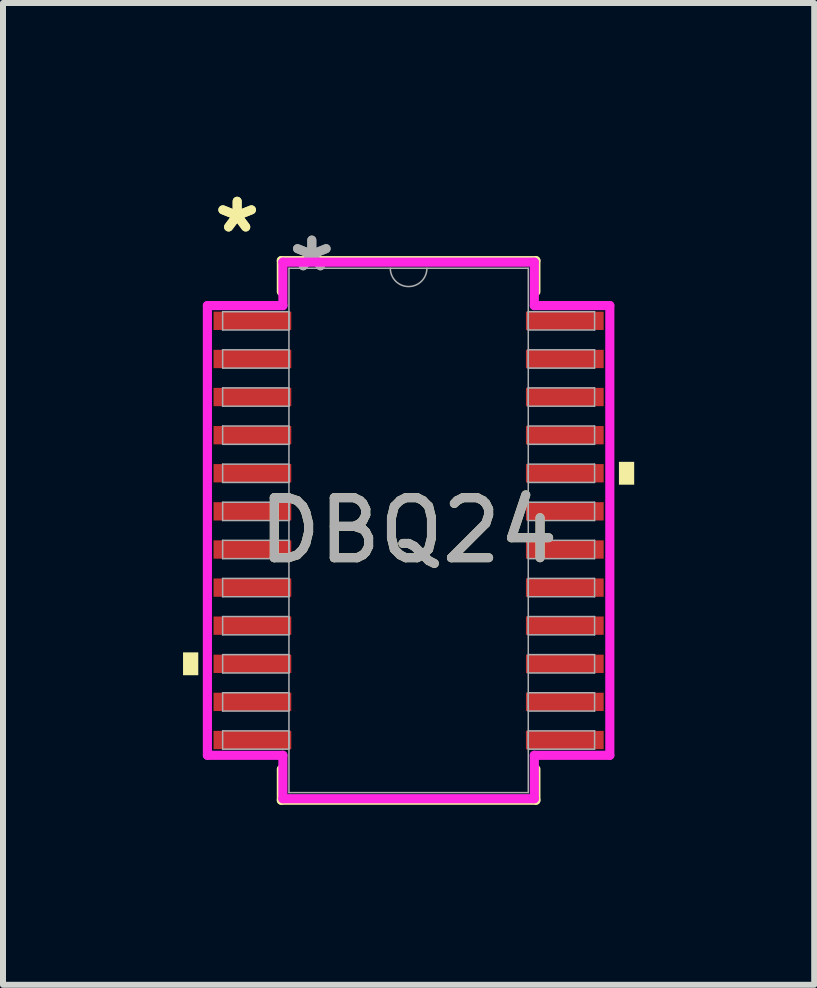
<source format=kicad_pcb>
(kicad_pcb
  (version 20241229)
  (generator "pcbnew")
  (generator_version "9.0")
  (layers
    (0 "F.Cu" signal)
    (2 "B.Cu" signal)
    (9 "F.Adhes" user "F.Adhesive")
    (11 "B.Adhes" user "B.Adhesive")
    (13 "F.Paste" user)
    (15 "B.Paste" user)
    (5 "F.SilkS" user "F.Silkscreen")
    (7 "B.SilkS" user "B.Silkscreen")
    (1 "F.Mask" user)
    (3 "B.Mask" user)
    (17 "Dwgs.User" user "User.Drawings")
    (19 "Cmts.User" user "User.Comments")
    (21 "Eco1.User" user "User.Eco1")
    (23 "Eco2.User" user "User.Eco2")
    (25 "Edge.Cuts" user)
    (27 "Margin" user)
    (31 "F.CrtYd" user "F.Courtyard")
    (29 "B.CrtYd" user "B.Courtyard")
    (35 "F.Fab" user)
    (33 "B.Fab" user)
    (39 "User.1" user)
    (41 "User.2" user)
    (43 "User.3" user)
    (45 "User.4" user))
  (footprint "DBQ24"
    (layer "F.Cu")
    (at 3.759 5.789)
    (property "Reference" "DBQ24" (at 0 0 0) (unlocked yes) (layer "F.SilkS") (effects (font (size 1 1) (thickness 0.15))))
    (attr smd)
    (fp_line (start -2.121 -4.496) (end -2.121 -3.978) (stroke (width 0.152) (type solid)) (layer "F.SilkS"))
    (fp_line (start -2.121 3.978) (end -2.121 4.496) (stroke (width 0.152) (type solid)) (layer "F.SilkS"))
    (fp_line (start -2.121 4.496) (end 2.121 4.496) (stroke (width 0.152) (type solid)) (layer "F.SilkS"))
    (fp_line (start 2.121 -4.496) (end -2.121 -4.496) (stroke (width 0.152) (type solid)) (layer "F.SilkS"))
    (fp_line (start 2.121 -3.978) (end 2.121 -4.496) (stroke (width 0.152) (type solid)) (layer "F.SilkS"))
    (fp_line (start 2.121 4.496) (end 2.121 3.978) (stroke (width 0.152) (type solid)) (layer "F.SilkS"))
    (fp_poly (pts (xy -3.759 2.032) (xy -3.759 2.413) (xy -3.505 2.413) (xy -3.505 2.032)) (stroke (width 0) (type solid)) (fill yes) (layer "F.SilkS"))
    (fp_poly (pts (xy 3.759 -1.143) (xy 3.759 -0.762) (xy 3.505 -0.762) (xy 3.505 -1.143)) (stroke (width 0) (type solid)) (fill yes) (layer "F.SilkS"))
    (fp_line (start -3.353 -3.747) (end -2.095 -3.747) (stroke (width 0.152) (type solid)) (layer "F.CrtYd"))
    (fp_line (start -3.353 3.747) (end -3.353 -3.747) (stroke (width 0.152) (type solid)) (layer "F.CrtYd"))
    (fp_line (start -3.353 3.747) (end -2.095 3.747) (stroke (width 0.152) (type solid)) (layer "F.CrtYd"))
    (fp_line (start -2.095 -4.47) (end 2.095 -4.47) (stroke (width 0.152) (type solid)) (layer "F.CrtYd"))
    (fp_line (start -2.095 -3.747) (end -2.095 -4.47) (stroke (width 0.152) (type solid)) (layer "F.CrtYd"))
    (fp_line (start -2.095 4.47) (end -2.095 3.747) (stroke (width 0.152) (type solid)) (layer "F.CrtYd"))
    (fp_line (start 2.095 -4.47) (end 2.095 -3.747) (stroke (width 0.152) (type solid)) (layer "F.CrtYd"))
    (fp_line (start 2.095 3.747) (end 2.095 4.47) (stroke (width 0.152) (type solid)) (layer "F.CrtYd"))
    (fp_line (start 2.095 4.47) (end -2.095 4.47) (stroke (width 0.152) (type solid)) (layer "F.CrtYd"))
    (fp_line (start 3.353 -3.747) (end 2.095 -3.747) (stroke (width 0.152) (type solid)) (layer "F.CrtYd"))
    (fp_line (start 3.353 -3.747) (end 3.353 3.747) (stroke (width 0.152) (type solid)) (layer "F.CrtYd"))
    (fp_line (start 3.353 3.747) (end 2.095 3.747) (stroke (width 0.152) (type solid)) (layer "F.CrtYd"))
    (fp_line (start -3.099 -3.645) (end -3.099 -3.34) (stroke (width 0.025) (type solid)) (layer "F.Fab"))
    (fp_line (start -3.099 -3.34) (end -1.994 -3.34) (stroke (width 0.025) (type solid)) (layer "F.Fab"))
    (fp_line (start -3.099 -3.01) (end -3.099 -2.705) (stroke (width 0.025) (type solid)) (layer "F.Fab"))
    (fp_line (start -3.099 -2.705) (end -1.994 -2.705) (stroke (width 0.025) (type solid)) (layer "F.Fab"))
    (fp_line (start -3.099 -2.375) (end -3.099 -2.07) (stroke (width 0.025) (type solid)) (layer "F.Fab"))
    (fp_line (start -3.099 -2.07) (end -1.994 -2.07) (stroke (width 0.025) (type solid)) (layer "F.Fab"))
    (fp_line (start -3.099 -1.74) (end -3.099 -1.435) (stroke (width 0.025) (type solid)) (layer "F.Fab"))
    (fp_line (start -3.099 -1.435) (end -1.994 -1.435) (stroke (width 0.025) (type solid)) (layer "F.Fab"))
    (fp_line (start -3.099 -1.105) (end -3.099 -0.8) (stroke (width 0.025) (type solid)) (layer "F.Fab"))
    (fp_line (start -3.099 -0.8) (end -1.994 -0.8) (stroke (width 0.025) (type solid)) (layer "F.Fab"))
    (fp_line (start -3.099 -0.47) (end -3.099 -0.165) (stroke (width 0.025) (type solid)) (layer "F.Fab"))
    (fp_line (start -3.099 -0.165) (end -1.994 -0.165) (stroke (width 0.025) (type solid)) (layer "F.Fab"))
    (fp_line (start -3.099 0.165) (end -3.099 0.47) (stroke (width 0.025) (type solid)) (layer "F.Fab"))
    (fp_line (start -3.099 0.47) (end -1.994 0.47) (stroke (width 0.025) (type solid)) (layer "F.Fab"))
    (fp_line (start -3.099 0.8) (end -3.099 1.105) (stroke (width 0.025) (type solid)) (layer "F.Fab"))
    (fp_line (start -3.099 1.105) (end -1.994 1.105) (stroke (width 0.025) (type solid)) (layer "F.Fab"))
    (fp_line (start -3.099 1.435) (end -3.099 1.74) (stroke (width 0.025) (type solid)) (layer "F.Fab"))
    (fp_line (start -3.099 1.74) (end -1.994 1.74) (stroke (width 0.025) (type solid)) (layer "F.Fab"))
    (fp_line (start -3.099 2.07) (end -3.099 2.375) (stroke (width 0.025) (type solid)) (layer "F.Fab"))
    (fp_line (start -3.099 2.375) (end -1.994 2.375) (stroke (width 0.025) (type solid)) (layer "F.Fab"))
    (fp_line (start -3.099 2.705) (end -3.099 3.01) (stroke (width 0.025) (type solid)) (layer "F.Fab"))
    (fp_line (start -3.099 3.01) (end -1.994 3.01) (stroke (width 0.025) (type solid)) (layer "F.Fab"))
    (fp_line (start -3.099 3.34) (end -3.099 3.645) (stroke (width 0.025) (type solid)) (layer "F.Fab"))
    (fp_line (start -3.099 3.645) (end -1.994 3.645) (stroke (width 0.025) (type solid)) (layer "F.Fab"))
    (fp_line (start -1.994 -4.369) (end -1.994 4.369) (stroke (width 0.025) (type solid)) (layer "F.Fab"))
    (fp_line (start -1.994 -3.645) (end -3.099 -3.645) (stroke (width 0.025) (type solid)) (layer "F.Fab"))
    (fp_line (start -1.994 -3.34) (end -1.994 -3.645) (stroke (width 0.025) (type solid)) (layer "F.Fab"))
    (fp_line (start -1.994 -3.01) (end -3.099 -3.01) (stroke (width 0.025) (type solid)) (layer "F.Fab"))
    (fp_line (start -1.994 -2.705) (end -1.994 -3.01) (stroke (width 0.025) (type solid)) (layer "F.Fab"))
    (fp_line (start -1.994 -2.375) (end -3.099 -2.375) (stroke (width 0.025) (type solid)) (layer "F.Fab"))
    (fp_line (start -1.994 -2.07) (end -1.994 -2.375) (stroke (width 0.025) (type solid)) (layer "F.Fab"))
    (fp_line (start -1.994 -1.74) (end -3.099 -1.74) (stroke (width 0.025) (type solid)) (layer "F.Fab"))
    (fp_line (start -1.994 -1.435) (end -1.994 -1.74) (stroke (width 0.025) (type solid)) (layer "F.Fab"))
    (fp_line (start -1.994 -1.105) (end -3.099 -1.105) (stroke (width 0.025) (type solid)) (layer "F.Fab"))
    (fp_line (start -1.994 -0.8) (end -1.994 -1.105) (stroke (width 0.025) (type solid)) (layer "F.Fab"))
    (fp_line (start -1.994 -0.47) (end -3.099 -0.47) (stroke (width 0.025) (type solid)) (layer "F.Fab"))
    (fp_line (start -1.994 -0.165) (end -1.994 -0.47) (stroke (width 0.025) (type solid)) (layer "F.Fab"))
    (fp_line (start -1.994 0.165) (end -3.099 0.165) (stroke (width 0.025) (type solid)) (layer "F.Fab"))
    (fp_line (start -1.994 0.47) (end -1.994 0.165) (stroke (width 0.025) (type solid)) (layer "F.Fab"))
    (fp_line (start -1.994 0.8) (end -3.099 0.8) (stroke (width 0.025) (type solid)) (layer "F.Fab"))
    (fp_line (start -1.994 1.105) (end -1.994 0.8) (stroke (width 0.025) (type solid)) (layer "F.Fab"))
    (fp_line (start -1.994 1.435) (end -3.099 1.435) (stroke (width 0.025) (type solid)) (layer "F.Fab"))
    (fp_line (start -1.994 1.74) (end -1.994 1.435) (stroke (width 0.025) (type solid)) (layer "F.Fab"))
    (fp_line (start -1.994 2.07) (end -3.099 2.07) (stroke (width 0.025) (type solid)) (layer "F.Fab"))
    (fp_line (start -1.994 2.375) (end -1.994 2.07) (stroke (width 0.025) (type solid)) (layer "F.Fab"))
    (fp_line (start -1.994 2.705) (end -3.099 2.705) (stroke (width 0.025) (type solid)) (layer "F.Fab"))
    (fp_line (start -1.994 3.01) (end -1.994 2.705) (stroke (width 0.025) (type solid)) (layer "F.Fab"))
    (fp_line (start -1.994 3.34) (end -3.099 3.34) (stroke (width 0.025) (type solid)) (layer "F.Fab"))
    (fp_line (start -1.994 3.645) (end -1.994 3.34) (stroke (width 0.025) (type solid)) (layer "F.Fab"))
    (fp_line (start -1.994 4.369) (end 1.994 4.369) (stroke (width 0.025) (type solid)) (layer "F.Fab"))
    (fp_line (start 1.994 -4.369) (end -1.994 -4.369) (stroke (width 0.025) (type solid)) (layer "F.Fab"))
    (fp_line (start 1.994 -3.645) (end 1.994 -3.34) (stroke (width 0.025) (type solid)) (layer "F.Fab"))
    (fp_line (start 1.994 -3.34) (end 3.099 -3.34) (stroke (width 0.025) (type solid)) (layer "F.Fab"))
    (fp_line (start 1.994 -3.01) (end 1.994 -2.705) (stroke (width 0.025) (type solid)) (layer "F.Fab"))
    (fp_line (start 1.994 -2.705) (end 3.099 -2.705) (stroke (width 0.025) (type solid)) (layer "F.Fab"))
    (fp_line (start 1.994 -2.375) (end 1.994 -2.07) (stroke (width 0.025) (type solid)) (layer "F.Fab"))
    (fp_line (start 1.994 -2.07) (end 3.099 -2.07) (stroke (width 0.025) (type solid)) (layer "F.Fab"))
    (fp_line (start 1.994 -1.74) (end 1.994 -1.435) (stroke (width 0.025) (type solid)) (layer "F.Fab"))
    (fp_line (start 1.994 -1.435) (end 3.099 -1.435) (stroke (width 0.025) (type solid)) (layer "F.Fab"))
    (fp_line (start 1.994 -1.105) (end 1.994 -0.8) (stroke (width 0.025) (type solid)) (layer "F.Fab"))
    (fp_line (start 1.994 -0.8) (end 3.099 -0.8) (stroke (width 0.025) (type solid)) (layer "F.Fab"))
    (fp_line (start 1.994 -0.47) (end 1.994 -0.165) (stroke (width 0.025) (type solid)) (layer "F.Fab"))
    (fp_line (start 1.994 -0.165) (end 3.099 -0.165) (stroke (width 0.025) (type solid)) (layer "F.Fab"))
    (fp_line (start 1.994 0.165) (end 1.994 0.47) (stroke (width 0.025) (type solid)) (layer "F.Fab"))
    (fp_line (start 1.994 0.47) (end 3.099 0.47) (stroke (width 0.025) (type solid)) (layer "F.Fab"))
    (fp_line (start 1.994 0.8) (end 1.994 1.105) (stroke (width 0.025) (type solid)) (layer "F.Fab"))
    (fp_line (start 1.994 1.105) (end 3.099 1.105) (stroke (width 0.025) (type solid)) (layer "F.Fab"))
    (fp_line (start 1.994 1.435) (end 1.994 1.74) (stroke (width 0.025) (type solid)) (layer "F.Fab"))
    (fp_line (start 1.994 1.74) (end 3.099 1.74) (stroke (width 0.025) (type solid)) (layer "F.Fab"))
    (fp_line (start 1.994 2.07) (end 1.994 2.375) (stroke (width 0.025) (type solid)) (layer "F.Fab"))
    (fp_line (start 1.994 2.375) (end 3.099 2.375) (stroke (width 0.025) (type solid)) (layer "F.Fab"))
    (fp_line (start 1.994 2.705) (end 1.994 3.01) (stroke (width 0.025) (type solid)) (layer "F.Fab"))
    (fp_line (start 1.994 3.01) (end 3.099 3.01) (stroke (width 0.025) (type solid)) (layer "F.Fab"))
    (fp_line (start 1.994 3.34) (end 1.994 3.645) (stroke (width 0.025) (type solid)) (layer "F.Fab"))
    (fp_line (start 1.994 3.645) (end 3.099 3.645) (stroke (width 0.025) (type solid)) (layer "F.Fab"))
    (fp_line (start 1.994 4.369) (end 1.994 -4.369) (stroke (width 0.025) (type solid)) (layer "F.Fab"))
    (fp_line (start 3.099 -3.645) (end 1.994 -3.645) (stroke (width 0.025) (type solid)) (layer "F.Fab"))
    (fp_line (start 3.099 -3.34) (end 3.099 -3.645) (stroke (width 0.025) (type solid)) (layer "F.Fab"))
    (fp_line (start 3.099 -3.01) (end 1.994 -3.01) (stroke (width 0.025) (type solid)) (layer "F.Fab"))
    (fp_line (start 3.099 -2.705) (end 3.099 -3.01) (stroke (width 0.025) (type solid)) (layer "F.Fab"))
    (fp_line (start 3.099 -2.375) (end 1.994 -2.375) (stroke (width 0.025) (type solid)) (layer "F.Fab"))
    (fp_line (start 3.099 -2.07) (end 3.099 -2.375) (stroke (width 0.025) (type solid)) (layer "F.Fab"))
    (fp_line (start 3.099 -1.74) (end 1.994 -1.74) (stroke (width 0.025) (type solid)) (layer "F.Fab"))
    (fp_line (start 3.099 -1.435) (end 3.099 -1.74) (stroke (width 0.025) (type solid)) (layer "F.Fab"))
    (fp_line (start 3.099 -1.105) (end 1.994 -1.105) (stroke (width 0.025) (type solid)) (layer "F.Fab"))
    (fp_line (start 3.099 -0.8) (end 3.099 -1.105) (stroke (width 0.025) (type solid)) (layer "F.Fab"))
    (fp_line (start 3.099 -0.47) (end 1.994 -0.47) (stroke (width 0.025) (type solid)) (layer "F.Fab"))
    (fp_line (start 3.099 -0.165) (end 3.099 -0.47) (stroke (width 0.025) (type solid)) (layer "F.Fab"))
    (fp_line (start 3.099 0.165) (end 1.994 0.165) (stroke (width 0.025) (type solid)) (layer "F.Fab"))
    (fp_line (start 3.099 0.47) (end 3.099 0.165) (stroke (width 0.025) (type solid)) (layer "F.Fab"))
    (fp_line (start 3.099 0.8) (end 1.994 0.8) (stroke (width 0.025) (type solid)) (layer "F.Fab"))
    (fp_line (start 3.099 1.105) (end 3.099 0.8) (stroke (width 0.025) (type solid)) (layer "F.Fab"))
    (fp_line (start 3.099 1.435) (end 1.994 1.435) (stroke (width 0.025) (type solid)) (layer "F.Fab"))
    (fp_line (start 3.099 1.74) (end 3.099 1.435) (stroke (width 0.025) (type solid)) (layer "F.Fab"))
    (fp_line (start 3.099 2.07) (end 1.994 2.07) (stroke (width 0.025) (type solid)) (layer "F.Fab"))
    (fp_line (start 3.099 2.375) (end 3.099 2.07) (stroke (width 0.025) (type solid)) (layer "F.Fab"))
    (fp_line (start 3.099 2.705) (end 1.994 2.705) (stroke (width 0.025) (type solid)) (layer "F.Fab"))
    (fp_line (start 3.099 3.01) (end 3.099 2.705) (stroke (width 0.025) (type solid)) (layer "F.Fab"))
    (fp_line (start 3.099 3.34) (end 1.994 3.34) (stroke (width 0.025) (type solid)) (layer "F.Fab"))
    (fp_line (start 3.099 3.645) (end 3.099 3.34) (stroke (width 0.025) (type solid)) (layer "F.Fab"))
    (fp_arc (start 0.3048 -4.3688) (mid 0 -4.064) (end -0.3048 -4.3688) (stroke (width 0.0254) (type solid)) (layer "F.Fab"))
    (fp_text user "*" (at -2.857 -4.94 0) (unlocked yes) (layer "F.SilkS") (effects (font (size 1 1) (thickness 0.15))))
    (fp_text user "*" (at -2.857 -4.94 0) (layer "F.SilkS") (effects (font (size 1 1) (thickness 0.15))))
    (fp_text user "*" (at -1.613 -4.293 0) (unlocked yes) (layer "F.Fab") (effects (font (size 1 1) (thickness 0.15))))
    (fp_text user "*" (at -1.613 -4.293 0) (layer "F.Fab") (effects (font (size 1 1) (thickness 0.15))))
    (fp_text user "${REFERENCE}" (at 0 0 0) (unlocked yes) (layer "F.Fab") (effects (font (size 1 1) (thickness 0.15))))
    (pad "1" smd rect (at -2.603 -3.493) (size 1.295 0.305) (layers "F.Cu" "F.Mask" "F.Paste"))
    (pad "2" smd rect (at -2.603 -2.857) (size 1.295 0.305) (layers "F.Cu" "F.Mask" "F.Paste"))
    (pad "3" smd rect (at -2.603 -2.223) (size 1.295 0.305) (layers "F.Cu" "F.Mask" "F.Paste"))
    (pad "4" smd rect (at -2.603 -1.587) (size 1.295 0.305) (layers "F.Cu" "F.Mask" "F.Paste"))
    (pad "5" smd rect (at -2.603 -0.953) (size 1.295 0.305) (layers "F.Cu" "F.Mask" "F.Paste"))
    (pad "6" smd rect (at -2.603 -0.318) (size 1.295 0.305) (layers "F.Cu" "F.Mask" "F.Paste"))
    (pad "7" smd rect (at -2.603 0.318) (size 1.295 0.305) (layers "F.Cu" "F.Mask" "F.Paste"))
    (pad "8" smd rect (at -2.603 0.953) (size 1.295 0.305) (layers "F.Cu" "F.Mask" "F.Paste"))
    (pad "9" smd rect (at -2.603 1.587) (size 1.295 0.305) (layers "F.Cu" "F.Mask" "F.Paste"))
    (pad "10" smd rect (at -2.603 2.223) (size 1.295 0.305) (layers "F.Cu" "F.Mask" "F.Paste"))
    (pad "11" smd rect (at -2.603 2.857) (size 1.295 0.305) (layers "F.Cu" "F.Mask" "F.Paste"))
    (pad "12" smd rect (at -2.603 3.493) (size 1.295 0.305) (layers "F.Cu" "F.Mask" "F.Paste"))
    (pad "13" smd rect (at 2.603 3.493) (size 1.295 0.305) (layers "F.Cu" "F.Mask" "F.Paste"))
    (pad "14" smd rect (at 2.603 2.857) (size 1.295 0.305) (layers "F.Cu" "F.Mask" "F.Paste"))
    (pad "15" smd rect (at 2.603 2.223) (size 1.295 0.305) (layers "F.Cu" "F.Mask" "F.Paste"))
    (pad "16" smd rect (at 2.603 1.587) (size 1.295 0.305) (layers "F.Cu" "F.Mask" "F.Paste"))
    (pad "17" smd rect (at 2.603 0.953) (size 1.295 0.305) (layers "F.Cu" "F.Mask" "F.Paste"))
    (pad "18" smd rect (at 2.603 0.318) (size 1.295 0.305) (layers "F.Cu" "F.Mask" "F.Paste"))
    (pad "19" smd rect (at 2.603 -0.318) (size 1.295 0.305) (layers "F.Cu" "F.Mask" "F.Paste"))
    (pad "20" smd rect (at 2.603 -0.953) (size 1.295 0.305) (layers "F.Cu" "F.Mask" "F.Paste"))
    (pad "21" smd rect (at 2.603 -1.587) (size 1.295 0.305) (layers "F.Cu" "F.Mask" "F.Paste"))
    (pad "22" smd rect (at 2.603 -2.223) (size 1.295 0.305) (layers "F.Cu" "F.Mask" "F.Paste"))
    (pad "23" smd rect (at 2.603 -2.857) (size 1.295 0.305) (layers "F.Cu" "F.Mask" "F.Paste"))
    (pad "24" smd rect (at 2.603 -3.493) (size 1.295 0.305) (layers "F.Cu" "F.Mask" "F.Paste")))
  (gr_rect
    (start -3 -3)
    (end 10.518 13.361)
    (stroke (width 0.1) (type default))
    (fill no)
    (layer "Edge.Cuts")))
</source>
